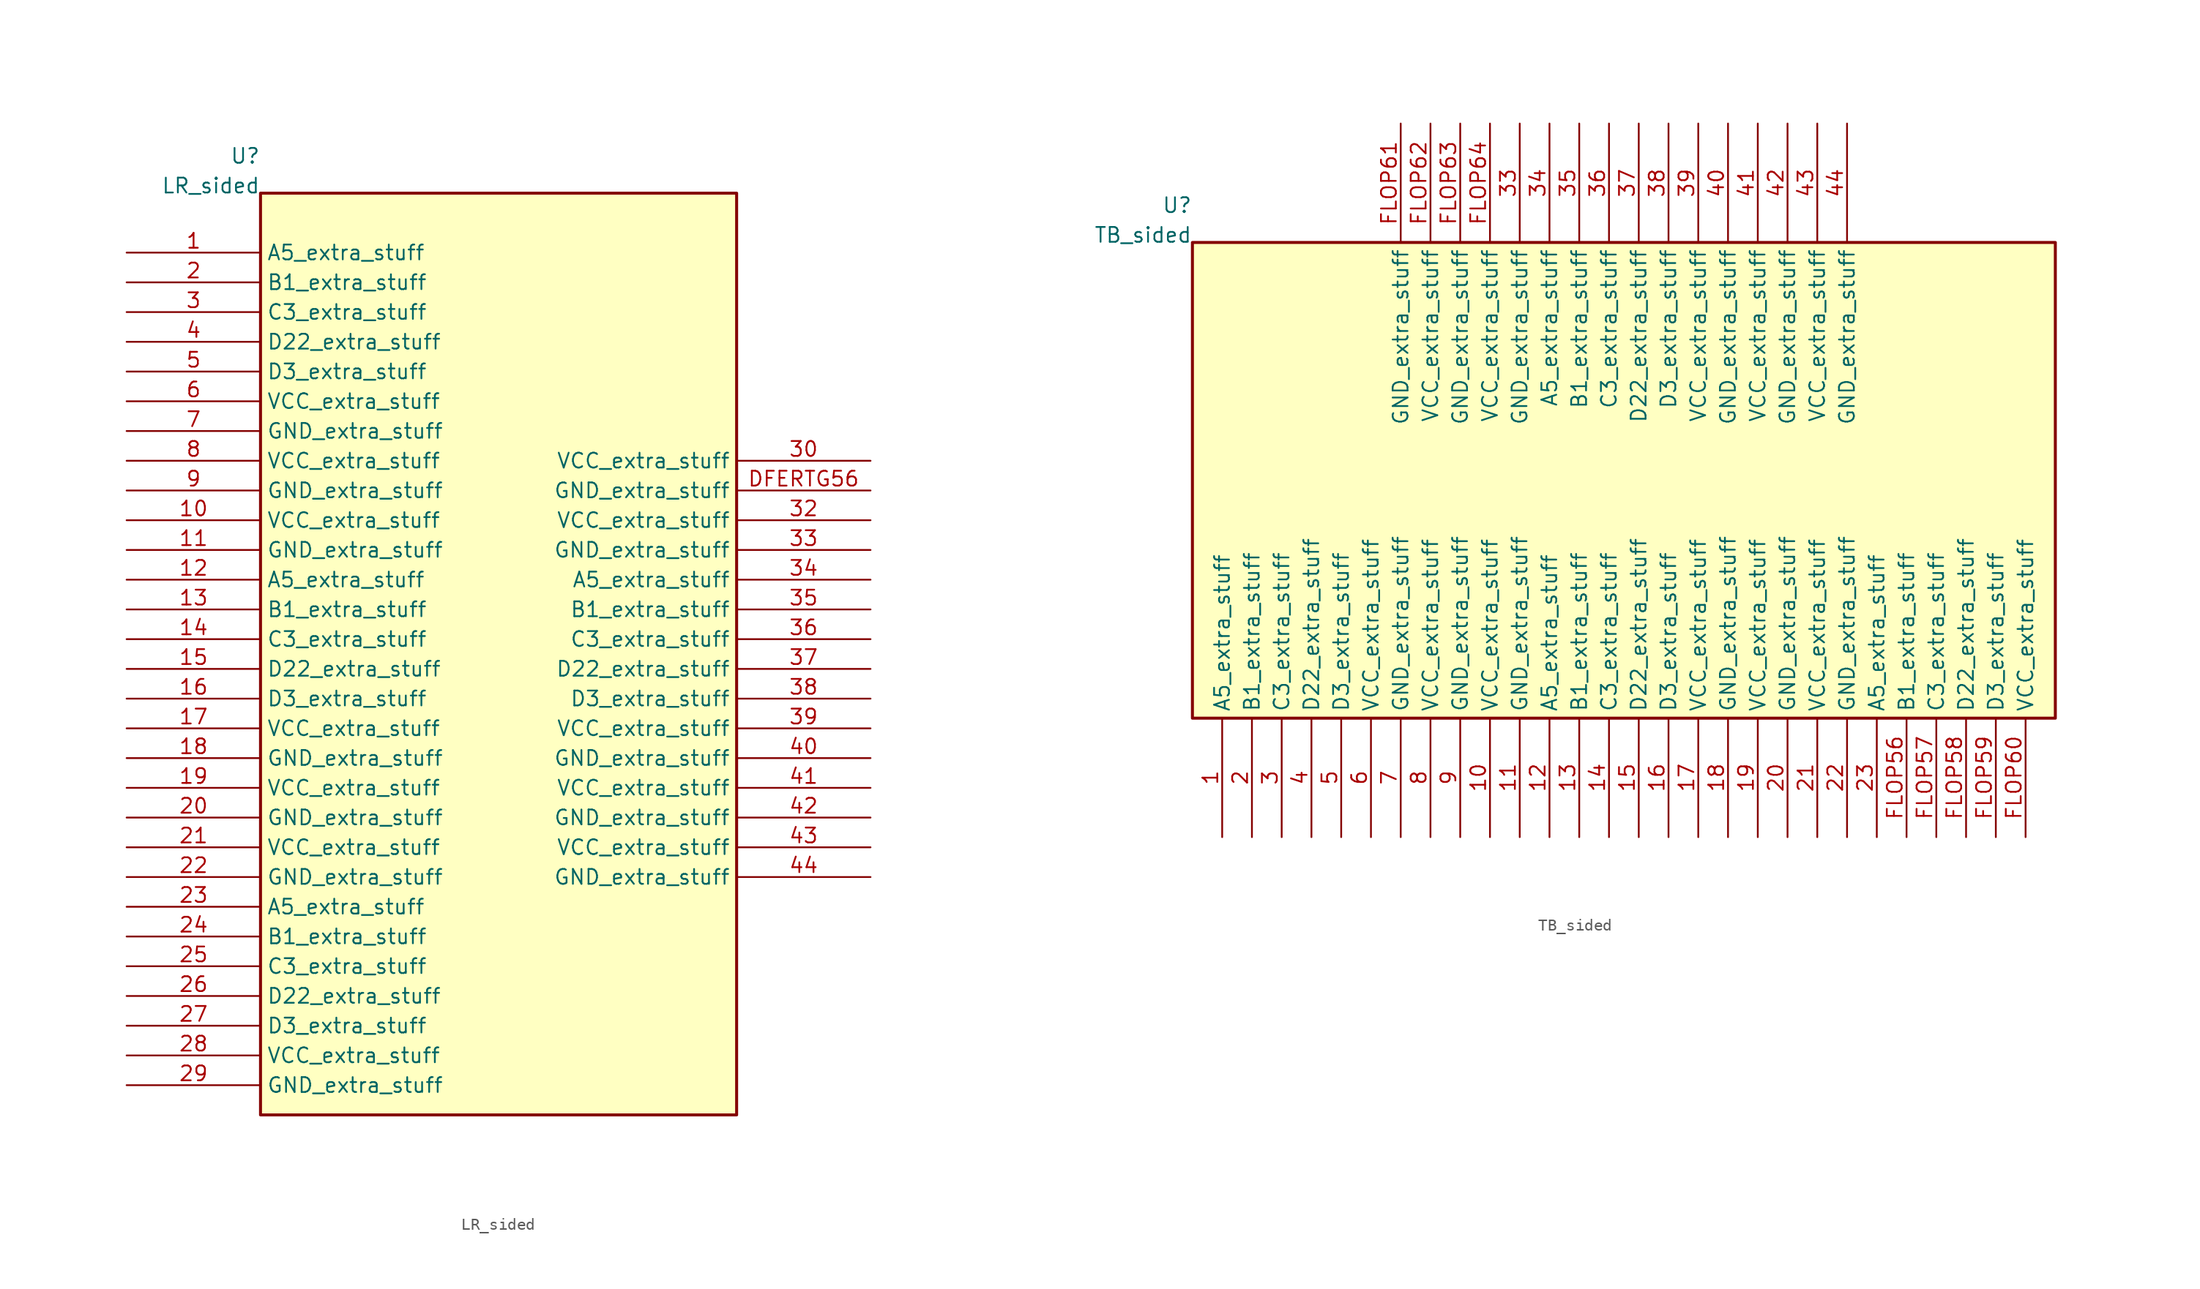
<source format=kicad_sym>
(kicad_symbol_lib
  (version 20241209)
  (generator "kicad_symbol_editor")
  (generator_version "8.0")
  (symbol "LR_sided"
    (property "Reference" "U"
      (at -20.32 42.545 0)
      (effects (font (size 1.27 1.27)) (justify right) (hide no)))
    (property "Value" "LR_sided"
      (at -20.32 40.005 0)
      (effects (font (size 1.27 1.27)) (justify right) (hide no)))
    (symbol "LR_sided_1_1"
      (rectangle (start -20.32 -39.37) (end 20.32 39.37) (stroke (width 0.254) (type solid)) (fill (type background)))
      (pin passive line (at -31.75 34.29 0) (length 11.43) (name "A5_extra_stuff" (effects (font (size 1.27 1.27)))) (number "1" (effects (font (size 1.27 1.27)))))
      (pin passive line (at -31.75 31.75 0) (length 11.43) (name "B1_extra_stuff" (effects (font (size 1.27 1.27)))) (number "2" (effects (font (size 1.27 1.27)))))
      (pin passive line (at -31.75 29.21 0) (length 11.43) (name "C3_extra_stuff" (effects (font (size 1.27 1.27)))) (number "3" (effects (font (size 1.27 1.27)))))
      (pin passive line (at -31.75 26.67 0) (length 11.43) (name "D22_extra_stuff" (effects (font (size 1.27 1.27)))) (number "4" (effects (font (size 1.27 1.27)))))
      (pin passive line (at -31.75 24.13 0) (length 11.43) (name "D3_extra_stuff" (effects (font (size 1.27 1.27)))) (number "5" (effects (font (size 1.27 1.27)))))
      (pin passive line (at -31.75 21.59 0) (length 11.43) (name "VCC_extra_stuff" (effects (font (size 1.27 1.27)))) (number "6" (effects (font (size 1.27 1.27)))))
      (pin passive line (at -31.75 19.05 0) (length 11.43) (name "GND_extra_stuff" (effects (font (size 1.27 1.27)))) (number "7" (effects (font (size 1.27 1.27)))))
      (pin passive line (at -31.75 16.51 0) (length 11.43) (name "VCC_extra_stuff" (effects (font (size 1.27 1.27)))) (number "8" (effects (font (size 1.27 1.27)))))
      (pin passive line (at -31.75 13.97 0) (length 11.43) (name "GND_extra_stuff" (effects (font (size 1.27 1.27)))) (number "9" (effects (font (size 1.27 1.27)))))
      (pin passive line (at -31.75 11.43 0) (length 11.43) (name "VCC_extra_stuff" (effects (font (size 1.27 1.27)))) (number "10" (effects (font (size 1.27 1.27)))))
      (pin passive line (at -31.75 8.89 0) (length 11.43) (name "GND_extra_stuff" (effects (font (size 1.27 1.27)))) (number "11" (effects (font (size 1.27 1.27)))))
      (pin passive line (at -31.75 6.35 0) (length 11.43) (name "A5_extra_stuff" (effects (font (size 1.27 1.27)))) (number "12" (effects (font (size 1.27 1.27)))))
      (pin passive line (at -31.75 3.81 0) (length 11.43) (name "B1_extra_stuff" (effects (font (size 1.27 1.27)))) (number "13" (effects (font (size 1.27 1.27)))))
      (pin passive line (at -31.75 1.27 0) (length 11.43) (name "C3_extra_stuff" (effects (font (size 1.27 1.27)))) (number "14" (effects (font (size 1.27 1.27)))))
      (pin passive line (at -31.75 -1.27 0) (length 11.43) (name "D22_extra_stuff" (effects (font (size 1.27 1.27)))) (number "15" (effects (font (size 1.27 1.27)))))
      (pin passive line (at -31.75 -3.81 0) (length 11.43) (name "D3_extra_stuff" (effects (font (size 1.27 1.27)))) (number "16" (effects (font (size 1.27 1.27)))))
      (pin passive line (at -31.75 -6.35 0) (length 11.43) (name "VCC_extra_stuff" (effects (font (size 1.27 1.27)))) (number "17" (effects (font (size 1.27 1.27)))))
      (pin passive line (at -31.75 -8.89 0) (length 11.43) (name "GND_extra_stuff" (effects (font (size 1.27 1.27)))) (number "18" (effects (font (size 1.27 1.27)))))
      (pin passive line (at -31.75 -11.43 0) (length 11.43) (name "VCC_extra_stuff" (effects (font (size 1.27 1.27)))) (number "19" (effects (font (size 1.27 1.27)))))
      (pin passive line (at -31.75 -13.97 0) (length 11.43) (name "GND_extra_stuff" (effects (font (size 1.27 1.27)))) (number "20" (effects (font (size 1.27 1.27)))))
      (pin passive line (at -31.75 -16.51 0) (length 11.43) (name "VCC_extra_stuff" (effects (font (size 1.27 1.27)))) (number "21" (effects (font (size 1.27 1.27)))))
      (pin passive line (at -31.75 -19.05 0) (length 11.43) (name "GND_extra_stuff" (effects (font (size 1.27 1.27)))) (number "22" (effects (font (size 1.27 1.27)))))
      (pin passive line (at -31.75 -21.59 0) (length 11.43) (name "A5_extra_stuff" (effects (font (size 1.27 1.27)))) (number "23" (effects (font (size 1.27 1.27)))))
      (pin passive line (at -31.75 -24.13 0) (length 11.43) (name "B1_extra_stuff" (effects (font (size 1.27 1.27)))) (number "24" (effects (font (size 1.27 1.27)))))
      (pin passive line (at -31.75 -26.67 0) (length 11.43) (name "C3_extra_stuff" (effects (font (size 1.27 1.27)))) (number "25" (effects (font (size 1.27 1.27)))))
      (pin passive line (at -31.75 -29.21 0) (length 11.43) (name "D22_extra_stuff" (effects (font (size 1.27 1.27)))) (number "26" (effects (font (size 1.27 1.27)))))
      (pin passive line (at -31.75 -31.75 0) (length 11.43) (name "D3_extra_stuff" (effects (font (size 1.27 1.27)))) (number "27" (effects (font (size 1.27 1.27)))))
      (pin passive line (at -31.75 -34.29 0) (length 11.43) (name "VCC_extra_stuff" (effects (font (size 1.27 1.27)))) (number "28" (effects (font (size 1.27 1.27)))))
      (pin passive line (at -31.75 -36.83 0) (length 11.43) (name "GND_extra_stuff" (effects (font (size 1.27 1.27)))) (number "29" (effects (font (size 1.27 1.27)))))
      (pin passive line (at 31.75 16.51 180) (length 11.43) (name "VCC_extra_stuff" (effects (font (size 1.27 1.27)))) (number "30" (effects (font (size 1.27 1.27)))))
      (pin passive line (at 31.75 13.97 180) (length 11.43) (name "GND_extra_stuff" (effects (font (size 1.27 1.27)))) (number "DFERTG56" (effects (font (size 1.27 1.27)))))
      (pin passive line (at 31.75 11.43 180) (length 11.43) (name "VCC_extra_stuff" (effects (font (size 1.27 1.27)))) (number "32" (effects (font (size 1.27 1.27)))))
      (pin passive line (at 31.75 8.89 180) (length 11.43) (name "GND_extra_stuff" (effects (font (size 1.27 1.27)))) (number "33" (effects (font (size 1.27 1.27)))))
      (pin passive line (at 31.75 6.35 180) (length 11.43) (name "A5_extra_stuff" (effects (font (size 1.27 1.27)))) (number "34" (effects (font (size 1.27 1.27)))))
      (pin passive line (at 31.75 3.81 180) (length 11.43) (name "B1_extra_stuff" (effects (font (size 1.27 1.27)))) (number "35" (effects (font (size 1.27 1.27)))))
      (pin passive line (at 31.75 1.27 180) (length 11.43) (name "C3_extra_stuff" (effects (font (size 1.27 1.27)))) (number "36" (effects (font (size 1.27 1.27)))))
      (pin passive line (at 31.75 -1.27 180) (length 11.43) (name "D22_extra_stuff" (effects (font (size 1.27 1.27)))) (number "37" (effects (font (size 1.27 1.27)))))
      (pin passive line (at 31.75 -3.81 180) (length 11.43) (name "D3_extra_stuff" (effects (font (size 1.27 1.27)))) (number "38" (effects (font (size 1.27 1.27)))))
      (pin passive line (at 31.75 -6.35 180) (length 11.43) (name "VCC_extra_stuff" (effects (font (size 1.27 1.27)))) (number "39" (effects (font (size 1.27 1.27)))))
      (pin passive line (at 31.75 -8.89 180) (length 11.43) (name "GND_extra_stuff" (effects (font (size 1.27 1.27)))) (number "40" (effects (font (size 1.27 1.27)))))
      (pin passive line (at 31.75 -11.43 180) (length 11.43) (name "VCC_extra_stuff" (effects (font (size 1.27 1.27)))) (number "41" (effects (font (size 1.27 1.27)))))
      (pin passive line (at 31.75 -13.97 180) (length 11.43) (name "GND_extra_stuff" (effects (font (size 1.27 1.27)))) (number "42" (effects (font (size 1.27 1.27)))))
      (pin passive line (at 31.75 -16.51 180) (length 11.43) (name "VCC_extra_stuff" (effects (font (size 1.27 1.27)))) (number "43" (effects (font (size 1.27 1.27)))))
      (pin passive line (at 31.75 -19.05 180) (length 11.43) (name "GND_extra_stuff" (effects (font (size 1.27 1.27)))) (number "44" (effects (font (size 1.27 1.27)))))))
  (symbol "TB_sided"
    (property "Reference" "U"
      (at -36.83 23.495 0)
      (effects (font (size 1.27 1.27)) (justify right) (hide no)))
    (property "Value" "TB_sided"
      (at -36.83 20.955 0)
      (effects (font (size 1.27 1.27)) (justify right) (hide no)))
    (symbol "TB_sided_1_1"
      (rectangle (start -36.83 -20.32) (end 36.83 20.32) (stroke (width 0.254) (type solid)) (fill (type background)))
      (pin passive line (at -19.05 30.48 270) (length 10.16) (name "GND_extra_stuff" (effects (font (size 1.27 1.27)))) (number "FLOP61" (effects (font (size 1.27 1.27)))))
      (pin passive line (at -16.51 30.48 270) (length 10.16) (name "VCC_extra_stuff" (effects (font (size 1.27 1.27)))) (number "FLOP62" (effects (font (size 1.27 1.27)))))
      (pin passive line (at -13.97 30.48 270) (length 10.16) (name "GND_extra_stuff" (effects (font (size 1.27 1.27)))) (number "FLOP63" (effects (font (size 1.27 1.27)))))
      (pin passive line (at -11.43 30.48 270) (length 10.16) (name "VCC_extra_stuff" (effects (font (size 1.27 1.27)))) (number "FLOP64" (effects (font (size 1.27 1.27)))))
      (pin passive line (at -8.89 30.48 270) (length 10.16) (name "GND_extra_stuff" (effects (font (size 1.27 1.27)))) (number "33" (effects (font (size 1.27 1.27)))))
      (pin passive line (at -6.35 30.48 270) (length 10.16) (name "A5_extra_stuff" (effects (font (size 1.27 1.27)))) (number "34" (effects (font (size 1.27 1.27)))))
      (pin passive line (at -3.81 30.48 270) (length 10.16) (name "B1_extra_stuff" (effects (font (size 1.27 1.27)))) (number "35" (effects (font (size 1.27 1.27)))))
      (pin passive line (at -1.27 30.48 270) (length 10.16) (name "C3_extra_stuff" (effects (font (size 1.27 1.27)))) (number "36" (effects (font (size 1.27 1.27)))))
      (pin passive line (at 1.27 30.48 270) (length 10.16) (name "D22_extra_stuff" (effects (font (size 1.27 1.27)))) (number "37" (effects (font (size 1.27 1.27)))))
      (pin passive line (at 3.81 30.48 270) (length 10.16) (name "D3_extra_stuff" (effects (font (size 1.27 1.27)))) (number "38" (effects (font (size 1.27 1.27)))))
      (pin passive line (at 6.35 30.48 270) (length 10.16) (name "VCC_extra_stuff" (effects (font (size 1.27 1.27)))) (number "39" (effects (font (size 1.27 1.27)))))
      (pin passive line (at 8.89 30.48 270) (length 10.16) (name "GND_extra_stuff" (effects (font (size 1.27 1.27)))) (number "40" (effects (font (size 1.27 1.27)))))
      (pin passive line (at 11.43 30.48 270) (length 10.16) (name "VCC_extra_stuff" (effects (font (size 1.27 1.27)))) (number "41" (effects (font (size 1.27 1.27)))))
      (pin passive line (at 13.97 30.48 270) (length 10.16) (name "GND_extra_stuff" (effects (font (size 1.27 1.27)))) (number "42" (effects (font (size 1.27 1.27)))))
      (pin passive line (at 16.51 30.48 270) (length 10.16) (name "VCC_extra_stuff" (effects (font (size 1.27 1.27)))) (number "43" (effects (font (size 1.27 1.27)))))
      (pin passive line (at 19.05 30.48 270) (length 10.16) (name "GND_extra_stuff" (effects (font (size 1.27 1.27)))) (number "44" (effects (font (size 1.27 1.27)))))
      (pin passive line (at -34.29 -30.48 90) (length 10.16) (name "A5_extra_stuff" (effects (font (size 1.27 1.27)))) (number "1" (effects (font (size 1.27 1.27)))))
      (pin passive line (at -31.75 -30.48 90) (length 10.16) (name "B1_extra_stuff" (effects (font (size 1.27 1.27)))) (number "2" (effects (font (size 1.27 1.27)))))
      (pin passive line (at -29.21 -30.48 90) (length 10.16) (name "C3_extra_stuff" (effects (font (size 1.27 1.27)))) (number "3" (effects (font (size 1.27 1.27)))))
      (pin passive line (at -26.67 -30.48 90) (length 10.16) (name "D22_extra_stuff" (effects (font (size 1.27 1.27)))) (number "4" (effects (font (size 1.27 1.27)))))
      (pin passive line (at -24.13 -30.48 90) (length 10.16) (name "D3_extra_stuff" (effects (font (size 1.27 1.27)))) (number "5" (effects (font (size 1.27 1.27)))))
      (pin passive line (at -21.59 -30.48 90) (length 10.16) (name "VCC_extra_stuff" (effects (font (size 1.27 1.27)))) (number "6" (effects (font (size 1.27 1.27)))))
      (pin passive line (at -19.05 -30.48 90) (length 10.16) (name "GND_extra_stuff" (effects (font (size 1.27 1.27)))) (number "7" (effects (font (size 1.27 1.27)))))
      (pin passive line (at -16.51 -30.48 90) (length 10.16) (name "VCC_extra_stuff" (effects (font (size 1.27 1.27)))) (number "8" (effects (font (size 1.27 1.27)))))
      (pin passive line (at -13.97 -30.48 90) (length 10.16) (name "GND_extra_stuff" (effects (font (size 1.27 1.27)))) (number "9" (effects (font (size 1.27 1.27)))))
      (pin passive line (at -11.43 -30.48 90) (length 10.16) (name "VCC_extra_stuff" (effects (font (size 1.27 1.27)))) (number "10" (effects (font (size 1.27 1.27)))))
      (pin passive line (at -8.89 -30.48 90) (length 10.16) (name "GND_extra_stuff" (effects (font (size 1.27 1.27)))) (number "11" (effects (font (size 1.27 1.27)))))
      (pin passive line (at -6.35 -30.48 90) (length 10.16) (name "A5_extra_stuff" (effects (font (size 1.27 1.27)))) (number "12" (effects (font (size 1.27 1.27)))))
      (pin passive line (at -3.81 -30.48 90) (length 10.16) (name "B1_extra_stuff" (effects (font (size 1.27 1.27)))) (number "13" (effects (font (size 1.27 1.27)))))
      (pin passive line (at -1.27 -30.48 90) (length 10.16) (name "C3_extra_stuff" (effects (font (size 1.27 1.27)))) (number "14" (effects (font (size 1.27 1.27)))))
      (pin passive line (at 1.27 -30.48 90) (length 10.16) (name "D22_extra_stuff" (effects (font (size 1.27 1.27)))) (number "15" (effects (font (size 1.27 1.27)))))
      (pin passive line (at 3.81 -30.48 90) (length 10.16) (name "D3_extra_stuff" (effects (font (size 1.27 1.27)))) (number "16" (effects (font (size 1.27 1.27)))))
      (pin passive line (at 6.35 -30.48 90) (length 10.16) (name "VCC_extra_stuff" (effects (font (size 1.27 1.27)))) (number "17" (effects (font (size 1.27 1.27)))))
      (pin passive line (at 8.89 -30.48 90) (length 10.16) (name "GND_extra_stuff" (effects (font (size 1.27 1.27)))) (number "18" (effects (font (size 1.27 1.27)))))
      (pin passive line (at 11.43 -30.48 90) (length 10.16) (name "VCC_extra_stuff" (effects (font (size 1.27 1.27)))) (number "19" (effects (font (size 1.27 1.27)))))
      (pin passive line (at 13.97 -30.48 90) (length 10.16) (name "GND_extra_stuff" (effects (font (size 1.27 1.27)))) (number "20" (effects (font (size 1.27 1.27)))))
      (pin passive line (at 16.51 -30.48 90) (length 10.16) (name "VCC_extra_stuff" (effects (font (size 1.27 1.27)))) (number "21" (effects (font (size 1.27 1.27)))))
      (pin passive line (at 19.05 -30.48 90) (length 10.16) (name "GND_extra_stuff" (effects (font (size 1.27 1.27)))) (number "22" (effects (font (size 1.27 1.27)))))
      (pin passive line (at 21.59 -30.48 90) (length 10.16) (name "A5_extra_stuff" (effects (font (size 1.27 1.27)))) (number "23" (effects (font (size 1.27 1.27)))))
      (pin passive line (at 24.13 -30.48 90) (length 10.16) (name "B1_extra_stuff" (effects (font (size 1.27 1.27)))) (number "FLOP56" (effects (font (size 1.27 1.27)))))
      (pin passive line (at 26.67 -30.48 90) (length 10.16) (name "C3_extra_stuff" (effects (font (size 1.27 1.27)))) (number "FLOP57" (effects (font (size 1.27 1.27)))))
      (pin passive line (at 29.21 -30.48 90) (length 10.16) (name "D22_extra_stuff" (effects (font (size 1.27 1.27)))) (number "FLOP58" (effects (font (size 1.27 1.27)))))
      (pin passive line (at 31.75 -30.48 90) (length 10.16) (name "D3_extra_stuff" (effects (font (size 1.27 1.27)))) (number "FLOP59" (effects (font (size 1.27 1.27)))))
      (pin passive line (at 34.29 -30.48 90) (length 10.16) (name "VCC_extra_stuff" (effects (font (size 1.27 1.27)))) (number "FLOP60" (effects (font (size 1.27 1.27))))))))
</source>
